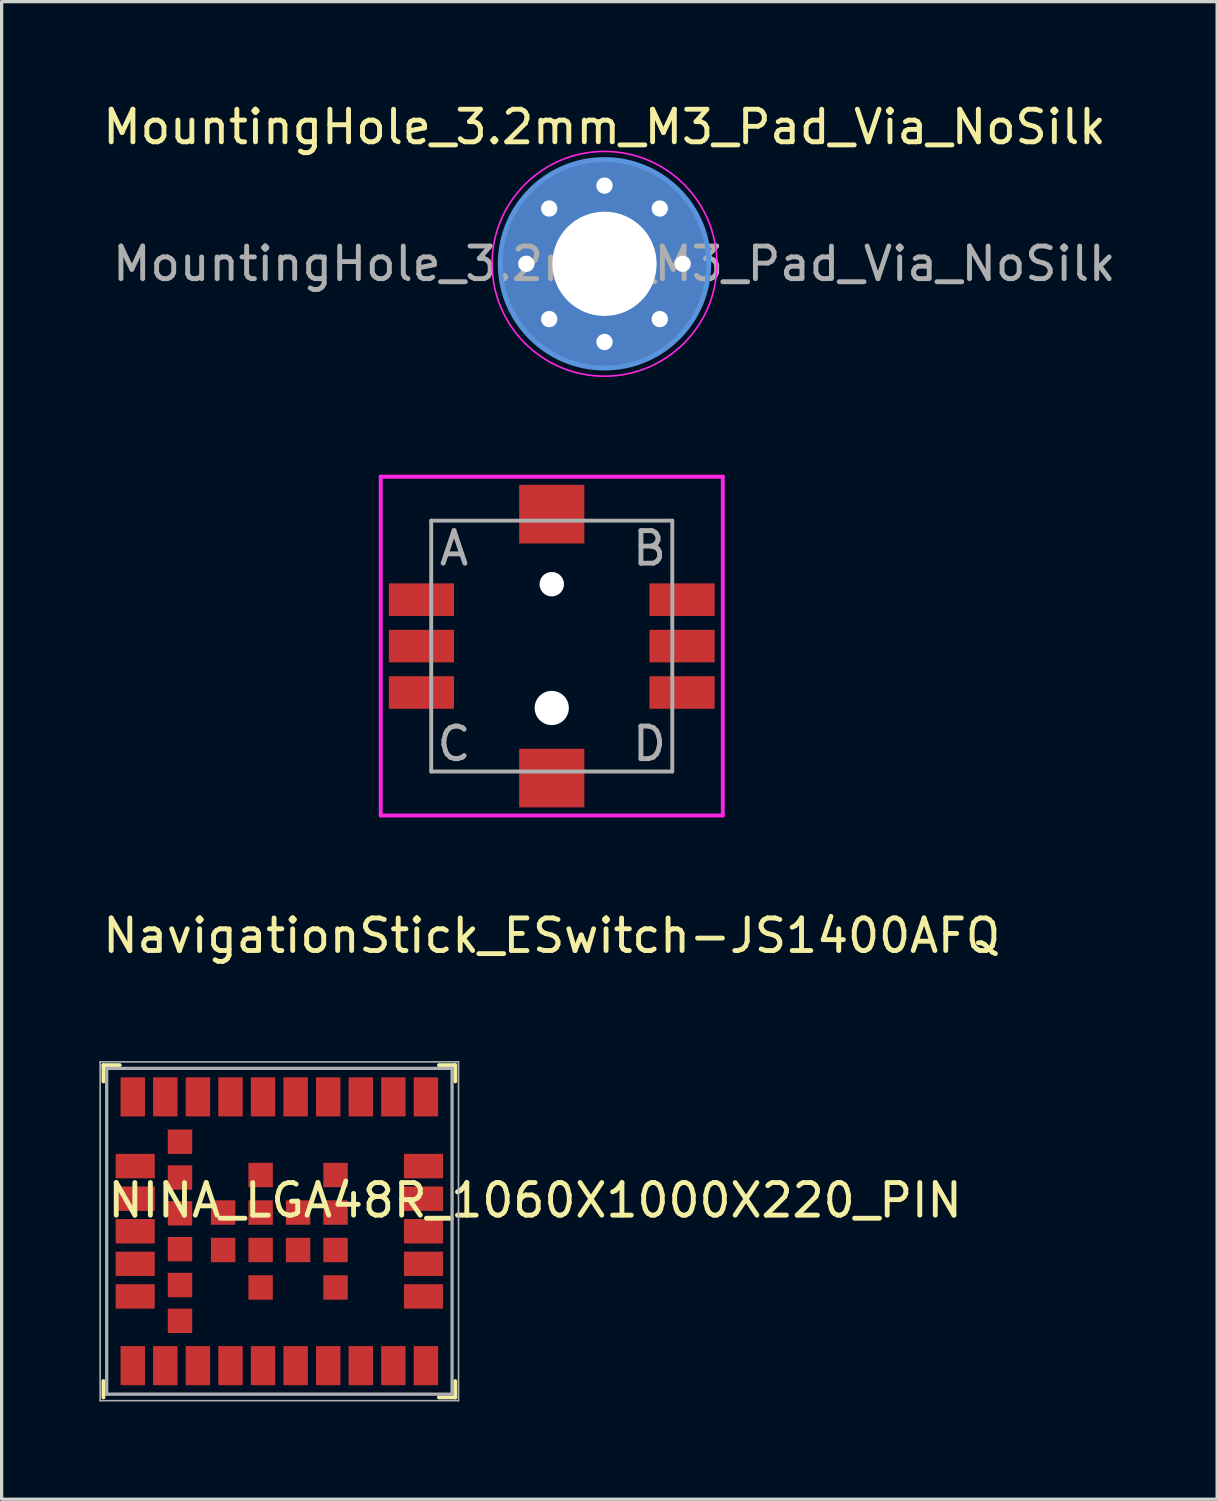
<source format=kicad_pcb>
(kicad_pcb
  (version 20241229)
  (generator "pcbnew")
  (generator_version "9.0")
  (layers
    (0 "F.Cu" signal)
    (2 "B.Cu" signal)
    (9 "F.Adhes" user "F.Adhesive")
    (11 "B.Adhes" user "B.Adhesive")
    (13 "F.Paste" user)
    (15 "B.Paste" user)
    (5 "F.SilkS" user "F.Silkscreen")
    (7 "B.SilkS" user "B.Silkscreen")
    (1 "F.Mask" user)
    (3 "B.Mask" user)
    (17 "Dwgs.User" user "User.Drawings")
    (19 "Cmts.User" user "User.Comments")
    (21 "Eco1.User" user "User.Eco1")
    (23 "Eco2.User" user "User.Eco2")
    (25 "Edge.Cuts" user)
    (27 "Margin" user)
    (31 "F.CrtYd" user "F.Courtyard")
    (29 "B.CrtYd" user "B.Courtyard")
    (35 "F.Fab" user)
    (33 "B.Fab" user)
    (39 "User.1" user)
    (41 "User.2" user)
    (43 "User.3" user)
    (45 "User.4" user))
  (footprint "MountingHole_3.2mm_M3_Pad_Via_NoSilk"
    (layer "F.Cu")
    (at 15.506 5.048)
    (property "Reference" "MountingHole_3.2mm_M3_Pad_Via_NoSilk" (at 0 -4.2 0) (layer "F.SilkS") (effects (font (size 1 1) (thickness 0.15))))
    (attr exclude_from_pos_files exclude_from_bom)
    (fp_circle (center 0 0) (end 3.2 0) (stroke (width 0.15) (type solid)) (fill no) (layer "Cmts.User"))
    (fp_circle (center 0 0) (end 3.45 0) (stroke (width 0.05) (type solid)) (fill no) (layer "F.CrtYd"))
    (fp_text user "${REFERENCE}" (at 0.3 0 0) (layer "F.Fab") (effects (font (size 1 1) (thickness 0.15))))
    (pad "1" thru_hole circle (at -2.4 0) (size 0.8 0.8) (drill 0.5) (layers "*.Cu" "*.Mask"))
    (pad "1" thru_hole circle (at -1.697 -1.697) (size 0.8 0.8) (drill 0.5) (layers "*.Cu" "*.Mask"))
    (pad "1" thru_hole circle (at -1.697 1.697) (size 0.8 0.8) (drill 0.5) (layers "*.Cu" "*.Mask"))
    (pad "1" thru_hole circle (at 0 -2.4) (size 0.8 0.8) (drill 0.5) (layers "*.Cu" "*.Mask"))
    (pad "1" thru_hole circle (at 0 0) (size 6.4 6.4) (drill 3.2) (layers "*.Cu" "*.Mask"))
    (pad "1" thru_hole circle (at 0 2.4) (size 0.8 0.8) (drill 0.5) (layers "*.Cu" "*.Mask"))
    (pad "1" thru_hole circle (at 1.697 -1.697) (size 0.8 0.8) (drill 0.5) (layers "*.Cu" "*.Mask"))
    (pad "1" thru_hole circle (at 1.697 1.697) (size 0.8 0.8) (drill 0.5) (layers "*.Cu" "*.Mask"))
    (pad "1" thru_hole circle (at 2.4 0) (size 0.8 0.8) (drill 0.5) (layers "*.Cu" "*.Mask")))
  (footprint "NINA_LGA48R_1060X1000X220_PIN"
    (layer "F.Cu")
    (at 5.525 34.746)
    (property "Reference" "NINA_LGA48R_1060X1000X220_PIN" (at 7.85 -0.95 0) (layer "F.SilkS") (effects (font (size 1 1) (thickness 0.15))))
    (attr through_hole)
    (fp_line (start -5.4 -4.6) (end -5.4 -5.1) (stroke (width 0.12) (type solid)) (layer "F.SilkS"))
    (fp_line (start -5.4 4.6) (end -5.4 5.1) (stroke (width 0.12) (type solid)) (layer "F.SilkS"))
    (fp_line (start -4.9 -5.1) (end -5.4 -5.1) (stroke (width 0.12) (type solid)) (layer "F.SilkS"))
    (fp_line (start 4.9 -5.1) (end 5.4 -5.1) (stroke (width 0.12) (type solid)) (layer "F.SilkS"))
    (fp_line (start 4.9 5.1) (end 5.4 5.1) (stroke (width 0.12) (type solid)) (layer "F.SilkS"))
    (fp_line (start 5.4 -4.6) (end 5.4 -5.1) (stroke (width 0.12) (type solid)) (layer "F.SilkS"))
    (fp_line (start 5.4 4.6) (end 5.4 5.1) (stroke (width 0.12) (type solid)) (layer "F.SilkS"))
    (fp_line (start -5.5 -5.2) (end 5.5 -5.2) (stroke (width 0.05) (type solid)) (layer "F.Fab"))
    (fp_line (start -5.5 5.2) (end -5.5 -5.2) (stroke (width 0.05) (type solid)) (layer "F.Fab"))
    (fp_line (start -5.5 5.2) (end 5.5 5.2) (stroke (width 0.05) (type solid)) (layer "F.Fab"))
    (fp_line (start -5.3 -5) (end 5.302 -5) (stroke (width 0.1) (type solid)) (layer "F.Fab"))
    (fp_line (start -5.3 5) (end -5.3 -5) (stroke (width 0.1) (type solid)) (layer "F.Fab"))
    (fp_line (start -5.3 5) (end 5.302 5) (stroke (width 0.1) (type solid)) (layer "F.Fab"))
    (fp_line (start 5.302 5) (end 5.302 -5) (stroke (width 0.1) (type solid)) (layer "F.Fab"))
    (fp_line (start 5.5 5.2) (end 5.5 -5.2) (stroke (width 0.05) (type solid)) (layer "F.Fab"))
    (pad "1" smd rect (at -4.5 4.125) (size 0.75 1.2) (layers "F.Cu" "F.Mask" "F.Paste"))
    (pad "2" smd rect (at -3.5 4.125) (size 0.75 1.2) (layers "F.Cu" "F.Mask" "F.Paste"))
    (pad "3" smd rect (at -2.5 4.125) (size 0.75 1.2) (layers "F.Cu" "F.Mask" "F.Paste"))
    (pad "4" smd rect (at -1.5 4.125) (size 0.75 1.2) (layers "F.Cu" "F.Mask" "F.Paste"))
    (pad "5" smd rect (at -0.5 4.125) (size 0.75 1.2) (layers "F.Cu" "F.Mask" "F.Paste"))
    (pad "6" smd rect (at 0.5 4.125) (size 0.75 1.2) (layers "F.Cu" "F.Mask" "F.Paste"))
    (pad "7" smd rect (at 1.5 4.125) (size 0.75 1.2) (layers "F.Cu" "F.Mask" "F.Paste"))
    (pad "8" smd rect (at 2.5 4.125) (size 0.75 1.2) (layers "F.Cu" "F.Mask" "F.Paste"))
    (pad "9" smd rect (at 3.5 4.125) (size 0.75 1.2) (layers "F.Cu" "F.Mask" "F.Paste"))
    (pad "10" smd rect (at 4.5 4.125) (size 0.75 1.2) (layers "F.Cu" "F.Mask" "F.Paste"))
    (pad "11" smd rect (at 4.425 2) (size 1.2 0.75) (layers "F.Cu" "F.Mask" "F.Paste"))
    (pad "12" smd rect (at 4.425 1) (size 1.2 0.75) (layers "F.Cu" "F.Mask" "F.Paste"))
    (pad "13" smd rect (at 4.425 0.000003) (size 1.2 0.75) (layers "F.Cu" "F.Mask" "F.Paste"))
    (pad "14" smd rect (at 4.425 -1) (size 1.2 0.75) (layers "F.Cu" "F.Mask" "F.Paste"))
    (pad "15" smd rect (at 4.425 -2) (size 1.2 0.75) (layers "F.Cu" "F.Mask" "F.Paste"))
    (pad "16" smd rect (at 4.5 -4.125) (size 0.75 1.2) (layers "F.Cu" "F.Mask" "F.Paste"))
    (pad "17" smd rect (at 3.5 -4.125) (size 0.75 1.2) (layers "F.Cu" "F.Mask" "F.Paste"))
    (pad "18" smd rect (at 2.5 -4.125) (size 0.75 1.2) (layers "F.Cu" "F.Mask" "F.Paste"))
    (pad "19" smd rect (at 1.5 -4.125) (size 0.75 1.2) (layers "F.Cu" "F.Mask" "F.Paste"))
    (pad "20" smd rect (at 0.5 -4.125) (size 0.75 1.2) (layers "F.Cu" "F.Mask" "F.Paste"))
    (pad "21" smd rect (at -0.5 -4.125) (size 0.75 1.2) (layers "F.Cu" "F.Mask" "F.Paste"))
    (pad "22" smd rect (at -1.5 -4.125) (size 0.75 1.2) (layers "F.Cu" "F.Mask" "F.Paste"))
    (pad "23" smd rect (at -2.5 -4.125) (size 0.75 1.2) (layers "F.Cu" "F.Mask" "F.Paste"))
    (pad "24" smd rect (at -3.5 -4.125) (size 0.75 1.2) (layers "F.Cu" "F.Mask" "F.Paste"))
    (pad "25" smd rect (at -4.5 -4.125) (size 0.75 1.2) (layers "F.Cu" "F.Mask" "F.Paste"))
    (pad "26" smd rect (at -4.425 -2) (size 1.2 0.75) (layers "F.Cu" "F.Mask" "F.Paste"))
    (pad "27" smd rect (at -4.425 -1) (size 1.2 0.75) (layers "F.Cu" "F.Mask" "F.Paste"))
    (pad "28" smd rect (at -4.425 0.000003) (size 1.2 0.75) (layers "F.Cu" "F.Mask" "F.Paste"))
    (pad "29" smd rect (at -4.425 1) (size 1.2 0.75) (layers "F.Cu" "F.Mask" "F.Paste"))
    (pad "30" smd rect (at -4.425 2) (size 1.2 0.75) (layers "F.Cu" "F.Mask" "F.Paste"))
    (pad "31" smd rect (at -3.05 2.75) (size 0.75 0.75) (layers "F.Cu" "F.Mask" "F.Paste"))
    (pad "32" smd rect (at -3.05 1.65) (size 0.75 0.75) (layers "F.Cu" "F.Mask" "F.Paste"))
    (pad "33" smd rect (at -3.05 0.55) (size 0.75 0.75) (layers "F.Cu" "F.Mask" "F.Paste"))
    (pad "34" smd rect (at -3.05 -0.55) (size 0.75 0.75) (layers "F.Cu" "F.Mask" "F.Paste"))
    (pad "35" smd rect (at -3.05 -1.65) (size 0.75 0.75) (layers "F.Cu" "F.Mask" "F.Paste"))
    (pad "36" smd rect (at -3.05 -2.75) (size 0.75 0.75) (layers "F.Cu" "F.Mask" "F.Paste"))
    (pad "37" smd rect (at -1.725 0.575) (size 0.75 0.75) (layers "F.Cu" "F.Mask" "F.Paste"))
    (pad "38" smd rect (at -1.725 -0.575) (size 0.75 0.75) (layers "F.Cu" "F.Mask" "F.Paste"))
    (pad "39" smd rect (at -0.575 1.725) (size 0.75 0.75) (layers "F.Cu" "F.Mask" "F.Paste"))
    (pad "40" smd rect (at -0.575 0.575) (size 0.75 0.75) (layers "F.Cu" "F.Mask" "F.Paste"))
    (pad "41" smd rect (at -0.575 -0.575) (size 0.75 0.75) (layers "F.Cu" "F.Mask" "F.Paste"))
    (pad "42" smd rect (at -0.575 -1.725) (size 0.75 0.75) (layers "F.Cu" "F.Mask" "F.Paste"))
    (pad "43" smd rect (at 0.575 0.575) (size 0.75 0.75) (layers "F.Cu" "F.Mask" "F.Paste"))
    (pad "44" smd rect (at 0.575 -0.575) (size 0.75 0.75) (layers "F.Cu" "F.Mask" "F.Paste"))
    (pad "45" smd rect (at 1.725 1.725) (size 0.75 0.75) (layers "F.Cu" "F.Mask" "F.Paste"))
    (pad "46" smd rect (at 1.725 0.575) (size 0.75 0.75) (layers "F.Cu" "F.Mask" "F.Paste"))
    (pad "47" smd rect (at 1.725 -0.575) (size 0.75 0.75) (layers "F.Cu" "F.Mask" "F.Paste"))
    (pad "48" smd rect (at 1.725 -1.725) (size 0.75 0.75) (layers "F.Cu" "F.Mask" "F.Paste")))
  (footprint "NavigationStick_ESwitch-JS1400AFQ"
    (layer "F.Cu")
    (at 13.887 16.783)
    (property "Reference" "NavigationStick_ESwitch-JS1400AFQ" (at 0 8.89 0) (layer "F.SilkS") (effects (font (size 1 1) (thickness 0.15))))
    (attr through_hole)
    (fp_line (start -5.25 -5.2) (end 5.25 -5.2) (stroke (width 0.12) (type solid)) (layer "F.CrtYd"))
    (fp_line (start -5.25 5.2) (end -5.25 -5.2) (stroke (width 0.12) (type solid)) (layer "F.CrtYd"))
    (fp_line (start 5.25 -5.2) (end 5.25 5.2) (stroke (width 0.12) (type solid)) (layer "F.CrtYd"))
    (fp_line (start 5.25 5.2) (end -5.25 5.2) (stroke (width 0.12) (type solid)) (layer "F.CrtYd"))
    (fp_line (start -3.7 -3.85) (end 3.7 -3.85) (stroke (width 0.12) (type solid)) (layer "F.Fab"))
    (fp_line (start -3.7 3.85) (end -3.7 -3.85) (stroke (width 0.12) (type solid)) (layer "F.Fab"))
    (fp_line (start 3.7 -3.85) (end 3.7 3.85) (stroke (width 0.12) (type solid)) (layer "F.Fab"))
    (fp_line (start 3.7 3.85) (end -3.7 3.85) (stroke (width 0.12) (type solid)) (layer "F.Fab"))
    (fp_text user "A" (at -3 -3 0) (layer "F.Fab") (effects (font (size 1 1) (thickness 0.15))))
    (fp_text user "D" (at 3 3 0) (layer "F.Fab") (effects (font (size 1 1) (thickness 0.15))))
    (fp_text user "B" (at 3 -3 0) (layer "F.Fab") (effects (font (size 1 1) (thickness 0.15))))
    (fp_text user "C" (at -3 3 0) (layer "F.Fab") (effects (font (size 1 1) (thickness 0.15))))
    (pad "" np_thru_hole circle (at 0 -1.9) (size 0.75 0.75) (drill 0.75) (layers "*.Cu" "*.Mask"))
    (pad "" np_thru_hole circle (at 0 1.9) (size 1.05 1.05) (drill 1.05) (layers "*.Cu" "*.Mask"))
    (pad "1" smd rect (at -4 -1.425) (size 2 1) (layers "F.Cu" "F.Mask" "F.Paste"))
    (pad "2" smd rect (at -4 0) (size 2 1) (layers "F.Cu" "F.Mask" "F.Paste"))
    (pad "3" smd rect (at -4 1.425) (size 2 1) (layers "F.Cu" "F.Mask" "F.Paste"))
    (pad "4" smd rect (at 4 -1.425) (size 2 1) (layers "F.Cu" "F.Mask" "F.Paste"))
    (pad "5" smd rect (at 4 0) (size 2 1) (layers "F.Cu" "F.Mask" "F.Paste"))
    (pad "6" smd rect (at 4 1.425) (size 2 1) (layers "F.Cu" "F.Mask" "F.Paste"))
    (pad "SH" smd rect (at 0 -4.05) (size 2 1.8) (layers "F.Cu" "F.Mask" "F.Paste"))
    (pad "SH" smd rect (at 0 4.05) (size 2 1.8) (layers "F.Cu" "F.Mask" "F.Paste")))
  (gr_rect
    (start -3 -3)
    (end 34.312 42.971)
    (stroke (width 0.1) (type default))
    (fill no)
    (layer "Edge.Cuts")))
</source>
